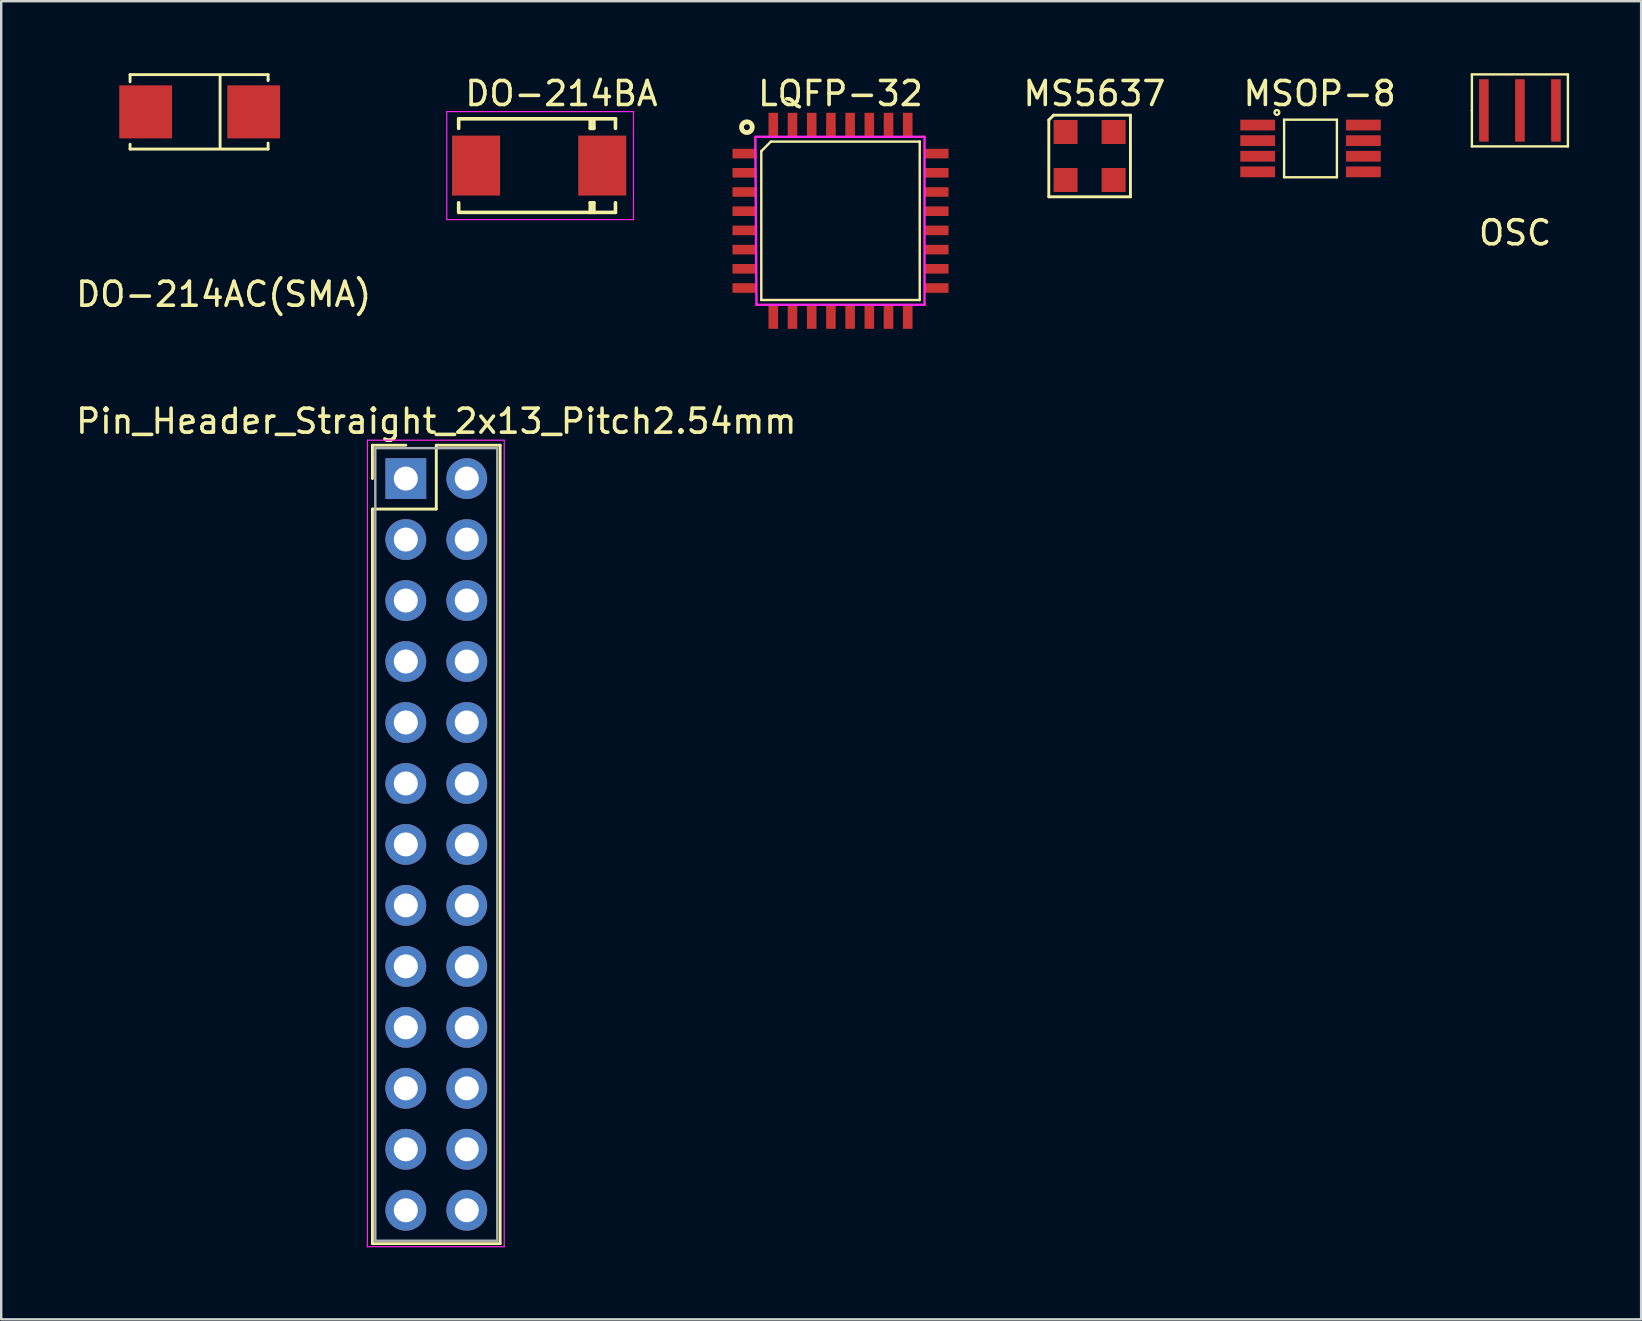
<source format=kicad_pcb>
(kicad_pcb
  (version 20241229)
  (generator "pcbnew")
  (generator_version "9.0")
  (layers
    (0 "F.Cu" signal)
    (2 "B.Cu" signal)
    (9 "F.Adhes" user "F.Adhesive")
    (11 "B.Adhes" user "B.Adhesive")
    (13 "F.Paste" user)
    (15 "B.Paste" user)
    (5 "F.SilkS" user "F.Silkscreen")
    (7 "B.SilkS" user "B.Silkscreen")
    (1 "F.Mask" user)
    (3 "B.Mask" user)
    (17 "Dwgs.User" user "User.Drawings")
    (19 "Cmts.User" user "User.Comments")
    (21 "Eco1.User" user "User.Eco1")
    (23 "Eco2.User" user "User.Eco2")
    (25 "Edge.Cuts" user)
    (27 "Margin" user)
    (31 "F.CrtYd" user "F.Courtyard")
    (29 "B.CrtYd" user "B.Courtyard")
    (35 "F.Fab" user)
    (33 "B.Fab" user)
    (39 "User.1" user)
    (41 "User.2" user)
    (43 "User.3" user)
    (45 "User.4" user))
  (footprint "MS5637"
    (layer "F.Cu")
    (at 42.341 3.448)
    (property "Reference" "MS5637" (at 0.2 -2.6 0) (layer "F.SilkS") (effects (font (size 1 1) (thickness 0.15))))
    (attr through_hole)
    (fp_line (start -1.7 -1.5) (end -1.5 -1.7) (stroke (width 0.12) (type solid)) (layer "F.SilkS"))
    (fp_line (start -1.7 1.7) (end -1.7 -1.5) (stroke (width 0.12) (type solid)) (layer "F.SilkS"))
    (fp_line (start 1.7 -1.7) (end -1.5 -1.7) (stroke (width 0.12) (type solid)) (layer "F.SilkS"))
    (fp_line (start 1.7 -1.7) (end 1.7 1.7) (stroke (width 0.12) (type solid)) (layer "F.SilkS"))
    (fp_line (start 1.7 1.7) (end -1.7 1.7) (stroke (width 0.12) (type solid)) (layer "F.SilkS"))
    (pad "1" smd rect (at -1 -1) (size 1 1) (layers "F.Cu" "F.Mask" "F.Paste"))
    (pad "2" smd rect (at -1 1) (size 1 1) (layers "F.Cu" "F.Mask" "F.Paste"))
    (pad "3" smd rect (at 1 1) (size 1 1) (layers "F.Cu" "F.Mask" "F.Paste"))
    (pad "4" smd rect (at 1 -1) (size 1 1) (layers "F.Cu" "F.Mask" "F.Paste")))
  (footprint "Pin_Header_Straight_2x13_Pitch2.54mm"
    (layer "F.Cu")
    (at 15.125 32.127)
    (property "Reference" "Pin_Header_Straight_2x13_Pitch2.54mm" (at 0 -17.63 0) (layer "F.SilkS") (effects (font (size 1 1) (thickness 0.15))))
    (attr through_hole)
    (fp_line (start -2.66 -16.63) (end -1.27 -16.63) (stroke (width 0.12) (type solid)) (layer "F.SilkS"))
    (fp_line (start -2.66 -15.24) (end -2.66 -16.63) (stroke (width 0.12) (type solid)) (layer "F.SilkS"))
    (fp_line (start -2.66 -13.97) (end -2.66 16.63) (stroke (width 0.12) (type solid)) (layer "F.SilkS"))
    (fp_line (start -2.66 16.63) (end 2.66 16.63) (stroke (width 0.12) (type solid)) (layer "F.SilkS"))
    (fp_line (start 0 -16.63) (end 0 -13.97) (stroke (width 0.12) (type solid)) (layer "F.SilkS"))
    (fp_line (start 0 -13.97) (end -2.66 -13.97) (stroke (width 0.12) (type solid)) (layer "F.SilkS"))
    (fp_line (start 2.66 -16.63) (end 0 -16.63) (stroke (width 0.12) (type solid)) (layer "F.SilkS"))
    (fp_line (start 2.66 16.63) (end 2.66 -16.63) (stroke (width 0.12) (type solid)) (layer "F.SilkS"))
    (fp_line (start -2.87 -16.84) (end -2.87 16.76) (stroke (width 0.05) (type solid)) (layer "F.CrtYd"))
    (fp_line (start -2.87 16.76) (end 2.83 16.76) (stroke (width 0.05) (type solid)) (layer "F.CrtYd"))
    (fp_line (start 2.83 -16.84) (end -2.87 -16.84) (stroke (width 0.05) (type solid)) (layer "F.CrtYd"))
    (fp_line (start 2.83 16.76) (end 2.83 -16.84) (stroke (width 0.05) (type solid)) (layer "F.CrtYd"))
    (fp_line (start -2.54 -16.51) (end -2.54 16.51) (stroke (width 0.1) (type solid)) (layer "F.Fab"))
    (fp_line (start -2.54 16.51) (end 2.54 16.51) (stroke (width 0.1) (type solid)) (layer "F.Fab"))
    (fp_line (start 2.54 -16.51) (end -2.54 -16.51) (stroke (width 0.1) (type solid)) (layer "F.Fab"))
    (fp_line (start 2.54 16.51) (end 2.54 -16.51) (stroke (width 0.1) (type solid)) (layer "F.Fab"))
    (pad "1" thru_hole rect (at -1.27 -15.24) (size 1.7 1.7) (drill 1) (layers "*.Cu" "*.Mask"))
    (pad "2" thru_hole oval (at 1.27 -15.24) (size 1.7 1.7) (drill 1) (layers "*.Cu" "*.Mask"))
    (pad "3" thru_hole oval (at -1.27 -12.7) (size 1.7 1.7) (drill 1) (layers "*.Cu" "*.Mask"))
    (pad "4" thru_hole oval (at 1.27 -12.7) (size 1.7 1.7) (drill 1) (layers "*.Cu" "*.Mask"))
    (pad "5" thru_hole oval (at -1.27 -10.16) (size 1.7 1.7) (drill 1) (layers "*.Cu" "*.Mask"))
    (pad "6" thru_hole oval (at 1.27 -10.16) (size 1.7 1.7) (drill 1) (layers "*.Cu" "*.Mask"))
    (pad "7" thru_hole oval (at -1.27 -7.62) (size 1.7 1.7) (drill 1) (layers "*.Cu" "*.Mask"))
    (pad "8" thru_hole oval (at 1.27 -7.62) (size 1.7 1.7) (drill 1) (layers "*.Cu" "*.Mask"))
    (pad "9" thru_hole oval (at -1.27 -5.08) (size 1.7 1.7) (drill 1) (layers "*.Cu" "*.Mask"))
    (pad "10" thru_hole oval (at 1.27 -5.08) (size 1.7 1.7) (drill 1) (layers "*.Cu" "*.Mask"))
    (pad "11" thru_hole oval (at -1.27 -2.54) (size 1.7 1.7) (drill 1) (layers "*.Cu" "*.Mask"))
    (pad "12" thru_hole oval (at 1.27 -2.54) (size 1.7 1.7) (drill 1) (layers "*.Cu" "*.Mask"))
    (pad "13" thru_hole oval (at -1.27 0) (size 1.7 1.7) (drill 1) (layers "*.Cu" "*.Mask"))
    (pad "14" thru_hole oval (at 1.27 0) (size 1.7 1.7) (drill 1) (layers "*.Cu" "*.Mask"))
    (pad "15" thru_hole oval (at -1.27 2.54) (size 1.7 1.7) (drill 1) (layers "*.Cu" "*.Mask"))
    (pad "16" thru_hole oval (at 1.27 2.54) (size 1.7 1.7) (drill 1) (layers "*.Cu" "*.Mask"))
    (pad "17" thru_hole oval (at -1.27 5.08) (size 1.7 1.7) (drill 1) (layers "*.Cu" "*.Mask"))
    (pad "18" thru_hole oval (at 1.27 5.08) (size 1.7 1.7) (drill 1) (layers "*.Cu" "*.Mask"))
    (pad "19" thru_hole oval (at -1.27 7.62) (size 1.7 1.7) (drill 1) (layers "*.Cu" "*.Mask"))
    (pad "20" thru_hole oval (at 1.27 7.62) (size 1.7 1.7) (drill 1) (layers "*.Cu" "*.Mask"))
    (pad "21" thru_hole oval (at -1.27 10.16) (size 1.7 1.7) (drill 1) (layers "*.Cu" "*.Mask"))
    (pad "22" thru_hole oval (at 1.27 10.16) (size 1.7 1.7) (drill 1) (layers "*.Cu" "*.Mask"))
    (pad "23" thru_hole oval (at -1.27 12.7) (size 1.7 1.7) (drill 1) (layers "*.Cu" "*.Mask"))
    (pad "24" thru_hole oval (at 1.27 12.7) (size 1.7 1.7) (drill 1) (layers "*.Cu" "*.Mask"))
    (pad "25" thru_hole oval (at -1.27 15.24) (size 1.7 1.7) (drill 1) (layers "*.Cu" "*.Mask"))
    (pad "26" thru_hole oval (at 1.27 15.24) (size 1.7 1.7) (drill 1) (layers "*.Cu" "*.Mask")))
  (footprint "MSOP-8"
    (layer "F.Cu")
    (at 51.543 3.134)
    (property "Reference" "MSOP-8" (at 0.381 -2.286 0) (layer "F.SilkS") (effects (font (size 1 1) (thickness 0.15))))
    (attr through_hole)
    (fp_line (start -1.1 -1.2) (end 1.1 -1.2) (stroke (width 0.1) (type solid)) (layer "F.SilkS"))
    (fp_line (start -1.1 1.2) (end -1.1 -1.2) (stroke (width 0.1) (type solid)) (layer "F.SilkS"))
    (fp_line (start 1.1 -1.2) (end 1.1 1.2) (stroke (width 0.1) (type solid)) (layer "F.SilkS"))
    (fp_line (start 1.1 1.2) (end -1.1 1.2) (stroke (width 0.1) (type solid)) (layer "F.SilkS"))
    (fp_circle (center -1.4 -1.5) (end -1.3 -1.5) (stroke (width 0.1) (type solid)) (fill no) (layer "F.SilkS"))
    (pad "1" smd rect (at -2.2 -0.975) (size 1.45 0.45) (layers "F.Cu" "F.Mask" "F.Paste"))
    (pad "2" smd rect (at -2.2 -0.325) (size 1.45 0.45) (layers "F.Cu" "F.Mask" "F.Paste"))
    (pad "3" smd rect (at -2.2 0.325) (size 1.45 0.45) (layers "F.Cu" "F.Mask" "F.Paste"))
    (pad "4" smd rect (at -2.2 0.975) (size 1.45 0.45) (layers "F.Cu" "F.Mask" "F.Paste"))
    (pad "5" smd rect (at 2.2 0.975) (size 1.45 0.45) (layers "F.Cu" "F.Mask" "F.Paste"))
    (pad "6" smd rect (at 2.2 0.325) (size 1.45 0.45) (layers "F.Cu" "F.Mask" "F.Paste"))
    (pad "7" smd rect (at 2.2 -0.325) (size 1.45 0.45) (layers "F.Cu" "F.Mask" "F.Paste"))
    (pad "8" smd rect (at 2.2 -0.975) (size 1.45 0.45) (layers "F.Cu" "F.Mask" "F.Paste")))
  (footprint "DO-214BA"
    (layer "F.Cu")
    (at 19.577 3.848)
    (property "Reference" "DO-214BA" (at 0.762 -3 0) (layer "F.SilkS") (effects (font (size 1 1) (thickness 0.15))))
    (attr through_hole)
    (fp_line (start -3.52 -1.95) (end -3.52 -1.55) (stroke (width 0.15) (type solid)) (layer "F.SilkS"))
    (fp_line (start -3.52 1.95) (end -3.52 1.55) (stroke (width 0.15) (type solid)) (layer "F.SilkS"))
    (fp_line (start -3.505 -1.95) (end 3.012 -1.95) (stroke (width 0.15) (type solid)) (layer "F.SilkS"))
    (fp_line (start 1.962 -1.95) (end 1.962 -1.55) (stroke (width 0.15) (type solid)) (layer "F.SilkS"))
    (fp_line (start 1.962 -1.55) (end 2.112 -1.55) (stroke (width 0.15) (type solid)) (layer "F.SilkS"))
    (fp_line (start 1.962 1.55) (end 2.112 1.55) (stroke (width 0.15) (type solid)) (layer "F.SilkS"))
    (fp_line (start 1.962 1.95) (end 1.962 1.55) (stroke (width 0.15) (type solid)) (layer "F.SilkS"))
    (fp_line (start 2.112 -1.55) (end 2.112 -1.95) (stroke (width 0.15) (type solid)) (layer "F.SilkS"))
    (fp_line (start 2.112 1.55) (end 2.112 1.95) (stroke (width 0.15) (type solid)) (layer "F.SilkS"))
    (fp_line (start 3.012 -1.95) (end 3.012 -1.55) (stroke (width 0.15) (type solid)) (layer "F.SilkS"))
    (fp_line (start 3.012 1.95) (end -3.505 1.95) (stroke (width 0.15) (type solid)) (layer "F.SilkS"))
    (fp_line (start 3.012 1.95) (end 3.012 1.55) (stroke (width 0.15) (type solid)) (layer "F.SilkS"))
    (fp_line (start -4.016 -2.25) (end 3.759 -2.25) (stroke (width 0.05) (type solid)) (layer "F.CrtYd"))
    (fp_line (start -4.016 2.25) (end -4.016 -2.25) (stroke (width 0.05) (type solid)) (layer "F.CrtYd"))
    (fp_line (start 3.762 -2.25) (end 3.762 2.25) (stroke (width 0.05) (type solid)) (layer "F.CrtYd"))
    (fp_line (start 3.762 2.25) (end -4.013 2.25) (stroke (width 0.05) (type solid)) (layer "F.CrtYd"))
    (pad "1" smd rect (at -2.794 0) (size 2 2.5) (layers "F.Cu" "F.Mask" "F.Paste"))
    (pad "2" smd rect (at 2.462 0) (size 2 2.5) (layers "F.Cu" "F.Mask" "F.Paste")))
  (footprint "OSC"
    (layer "F.Cu")
    (at 60.266 1.55)
    (property "Reference" "OSC" (at -0.2 5.1 0) (layer "F.SilkS") (effects (font (size 1 1) (thickness 0.15))))
    (attr through_hole)
    (fp_line (start -2 -1.5) (end 2 -1.5) (stroke (width 0.1) (type solid)) (layer "F.SilkS"))
    (fp_line (start -2 0) (end -2 -1.5) (stroke (width 0.1) (type solid)) (layer "F.SilkS"))
    (fp_line (start -2 1.5) (end -2 0) (stroke (width 0.1) (type solid)) (layer "F.SilkS"))
    (fp_line (start 2 -1.5) (end 2 1.5) (stroke (width 0.1) (type solid)) (layer "F.SilkS"))
    (fp_line (start 2 1.5) (end -2 1.5) (stroke (width 0.1) (type solid)) (layer "F.SilkS"))
    (pad "1" smd rect (at -1.5 0) (size 0.4 2.6) (layers "F.Cu" "F.Mask" "F.Paste"))
    (pad "2" smd rect (at 0 0) (size 0.4 2.6) (layers "F.Cu" "F.Mask" "F.Paste"))
    (pad "3" smd rect (at 1.5 0) (size 0.4 2.6) (layers "F.Cu" "F.Mask" "F.Paste")))
  (footprint "LQFP-32"
    (layer "F.Cu")
    (at 31.964 6.148)
    (property "Reference" "LQFP-32" (at 0 -5.3 0) (layer "F.SilkS") (effects (font (size 1 1) (thickness 0.15))))
    (attr through_hole)
    (fp_line (start -3.3 -2.9) (end -2.9 -3.3) (stroke (width 0.1) (type solid)) (layer "F.SilkS"))
    (fp_line (start -3.3 3.3) (end -3.3 -2.9) (stroke (width 0.1) (type solid)) (layer "F.SilkS"))
    (fp_line (start -2.9 -3.3) (end 3.3 -3.3) (stroke (width 0.1) (type solid)) (layer "F.SilkS"))
    (fp_line (start 3.3 -3.3) (end 3.3 3.3) (stroke (width 0.1) (type solid)) (layer "F.SilkS"))
    (fp_line (start 3.3 3.3) (end -3.3 3.3) (stroke (width 0.1) (type solid)) (layer "F.SilkS"))
    (fp_circle (center -3.9 -3.9) (end -3.7 -3.8) (stroke (width 0.2) (type solid)) (fill no) (layer "F.SilkS"))
    (fp_line (start -3.5 -3.5) (end 3.5 -3.5) (stroke (width 0.1) (type solid)) (layer "F.CrtYd"))
    (fp_line (start -3.5 3.5) (end -3.55 -3.5) (stroke (width 0.1) (type solid)) (layer "F.CrtYd"))
    (fp_line (start 3.5 -3.5) (end 3.5 3.5) (stroke (width 0.1) (type solid)) (layer "F.CrtYd"))
    (fp_line (start 3.5 3.5) (end -3.5 3.5) (stroke (width 0.1) (type solid)) (layer "F.CrtYd"))
    (pad "1" smd rect (at -4 -2.8 90) (size 0.4 1) (layers "F.Cu" "F.Mask" "F.Paste"))
    (pad "2" smd rect (at -4 -2 90) (size 0.4 1) (layers "F.Cu" "F.Mask" "F.Paste"))
    (pad "3" smd rect (at -4 -1.2 90) (size 0.4 1) (layers "F.Cu" "F.Mask" "F.Paste"))
    (pad "4" smd rect (at -4 -0.4 90) (size 0.4 1) (layers "F.Cu" "F.Mask" "F.Paste"))
    (pad "5" smd rect (at -4 0.4 90) (size 0.4 1) (layers "F.Cu" "F.Mask" "F.Paste"))
    (pad "6" smd rect (at -4 1.2 90) (size 0.4 1) (layers "F.Cu" "F.Mask" "F.Paste"))
    (pad "7" smd rect (at -4 2 90) (size 0.4 1) (layers "F.Cu" "F.Mask" "F.Paste"))
    (pad "8" smd rect (at -4 2.8 90) (size 0.4 1) (layers "F.Cu" "F.Mask" "F.Paste"))
    (pad "9" smd rect (at -2.8 4) (size 0.4 1) (layers "F.Cu" "F.Mask" "F.Paste"))
    (pad "10" smd rect (at -2 4) (size 0.4 1) (layers "F.Cu" "F.Mask" "F.Paste"))
    (pad "11" smd rect (at -1.2 4) (size 0.4 1) (layers "F.Cu" "F.Mask" "F.Paste"))
    (pad "12" smd rect (at -0.4 4) (size 0.4 1) (layers "F.Cu" "F.Mask" "F.Paste"))
    (pad "13" smd rect (at 0.4 4) (size 0.4 1) (layers "F.Cu" "F.Mask" "F.Paste"))
    (pad "14" smd rect (at 1.2 4) (size 0.4 1) (layers "F.Cu" "F.Mask" "F.Paste"))
    (pad "15" smd rect (at 2 4) (size 0.4 1) (layers "F.Cu" "F.Mask" "F.Paste"))
    (pad "16" smd rect (at 2.8 4) (size 0.4 1) (layers "F.Cu" "F.Mask" "F.Paste"))
    (pad "17" smd rect (at 4 2.8 90) (size 0.4 1) (layers "F.Cu" "F.Mask" "F.Paste"))
    (pad "18" smd rect (at 4 2 90) (size 0.4 1) (layers "F.Cu" "F.Mask" "F.Paste"))
    (pad "19" smd rect (at 4 1.2 90) (size 0.4 1) (layers "F.Cu" "F.Mask" "F.Paste"))
    (pad "20" smd rect (at 4 0.4 90) (size 0.4 1) (layers "F.Cu" "F.Mask" "F.Paste"))
    (pad "21" smd rect (at 4 -0.4 90) (size 0.4 1) (layers "F.Cu" "F.Mask" "F.Paste"))
    (pad "22" smd rect (at 4 -1.2 90) (size 0.4 1) (layers "F.Cu" "F.Mask" "F.Paste"))
    (pad "23" smd rect (at 4 -2 90) (size 0.4 1) (layers "F.Cu" "F.Mask" "F.Paste"))
    (pad "24" smd rect (at 4 -2.8 90) (size 0.4 1) (layers "F.Cu" "F.Mask" "F.Paste"))
    (pad "25" smd rect (at 2.8 -4) (size 0.4 1) (layers "F.Cu" "F.Mask" "F.Paste"))
    (pad "26" smd rect (at 2 -4) (size 0.4 1) (layers "F.Cu" "F.Mask" "F.Paste"))
    (pad "27" smd rect (at 1.2 -4) (size 0.4 1) (layers "F.Cu" "F.Mask" "F.Paste"))
    (pad "28" smd rect (at 0.4 -4) (size 0.4 1) (layers "F.Cu" "F.Mask" "F.Paste"))
    (pad "29" smd rect (at -0.4 -4) (size 0.4 1) (layers "F.Cu" "F.Mask" "F.Paste"))
    (pad "30" smd rect (at -1.2 -4) (size 0.4 1) (layers "F.Cu" "F.Mask" "F.Paste"))
    (pad "31" smd rect (at -2 -4) (size 0.4 1) (layers "F.Cu" "F.Mask" "F.Paste"))
    (pad "32" smd rect (at -2.8 -4) (size 0.4 1) (layers "F.Cu" "F.Mask" "F.Paste")))
  (footprint "DO-214AC(SMA)"
    (layer "F.Cu")
    (at 5.268 1.61)
    (property "Reference" "DO-214AC(SMA)" (at 1 7.6 0) (layer "F.SilkS") (effects (font (size 1 1) (thickness 0.15))))
    (attr through_hole)
    (fp_line (start -2.9 -1.55) (end 2.85 -1.55) (stroke (width 0.12) (type solid)) (layer "F.SilkS"))
    (fp_line (start -2.9 -1.25) (end -2.9 -1.55) (stroke (width 0.12) (type solid)) (layer "F.SilkS"))
    (fp_line (start -2.9 1.55) (end -2.9 1.35) (stroke (width 0.12) (type solid)) (layer "F.SilkS"))
    (fp_line (start 0.85 -1.5) (end 0.85 1.5) (stroke (width 0.12) (type solid)) (layer "F.SilkS"))
    (fp_line (start 2.85 -1.55) (end 2.85 -1.35) (stroke (width 0.12) (type solid)) (layer "F.SilkS"))
    (fp_line (start 2.85 -1.35) (end 2.85 -1.3) (stroke (width 0.12) (type solid)) (layer "F.SilkS"))
    (fp_line (start 2.85 1.3) (end 2.85 1.55) (stroke (width 0.12) (type solid)) (layer "F.SilkS"))
    (fp_line (start 2.85 1.55) (end -2.9 1.55) (stroke (width 0.12) (type solid)) (layer "F.SilkS"))
    (pad "1" smd rect (at -2.25 0) (size 2.2 2.21) (layers "F.Cu" "F.Mask" "F.Paste"))
    (pad "2" smd rect (at 2.25 0) (size 2.2 2.21) (layers "F.Cu" "F.Mask" "F.Paste")))
  (gr_rect
    (start -3 -3)
    (end 65.316 51.911)
    (stroke (width 0.1) (type default))
    (fill no)
    (layer "Edge.Cuts")))
</source>
